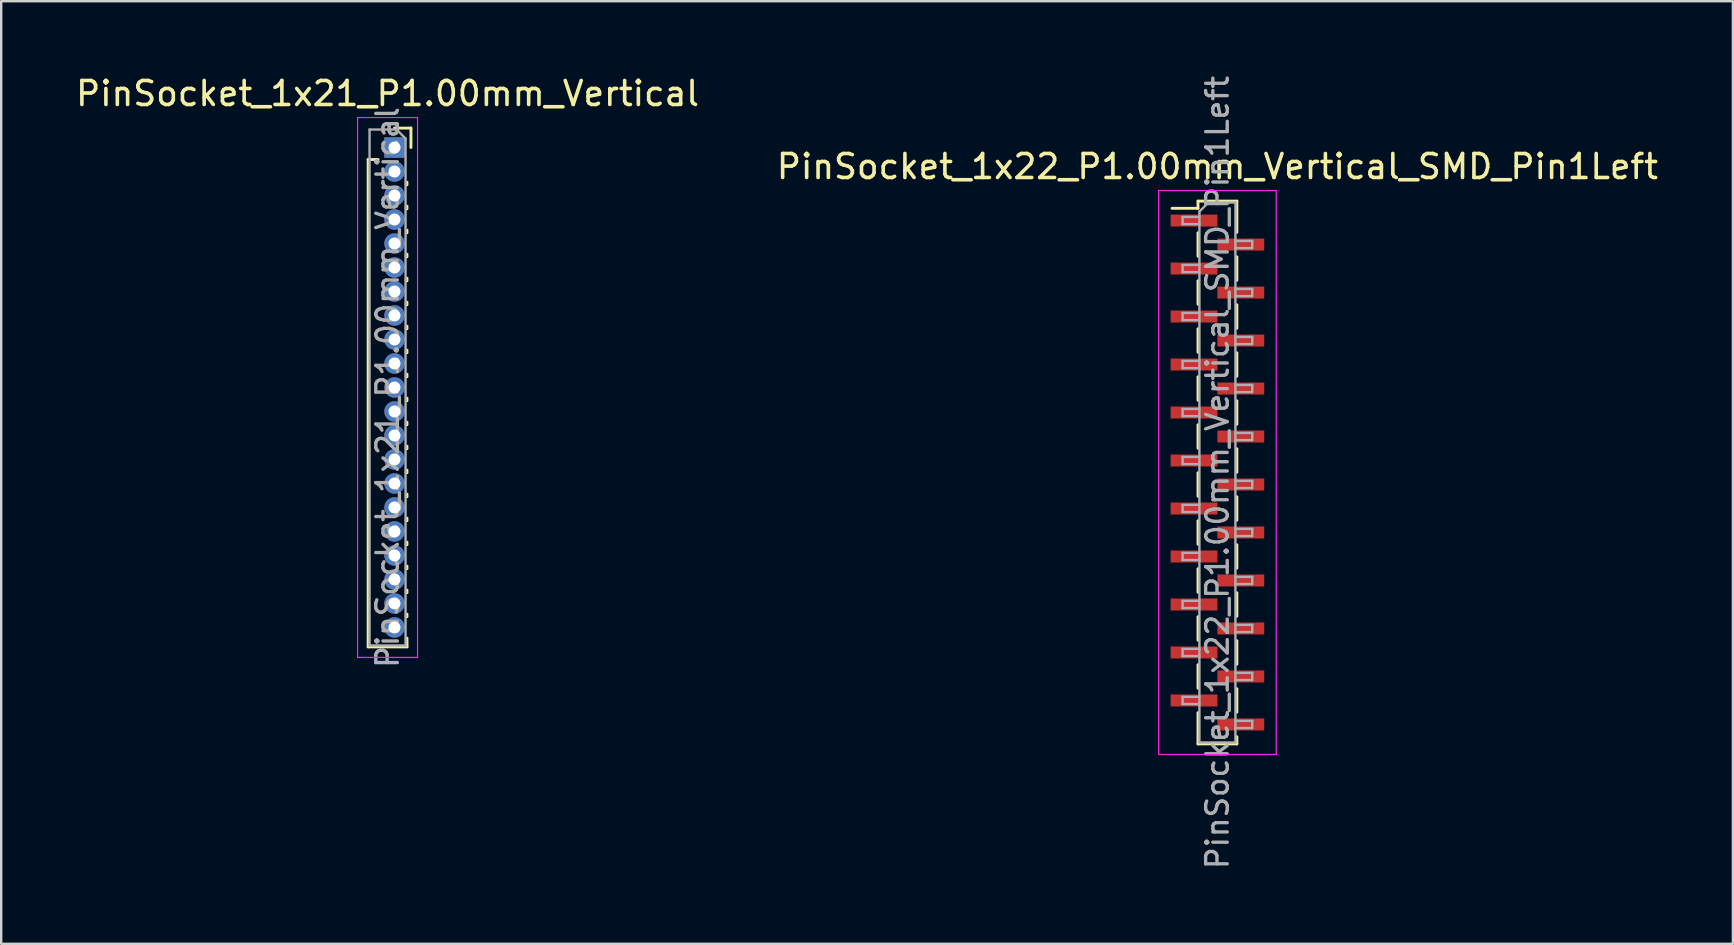
<source format=kicad_pcb>
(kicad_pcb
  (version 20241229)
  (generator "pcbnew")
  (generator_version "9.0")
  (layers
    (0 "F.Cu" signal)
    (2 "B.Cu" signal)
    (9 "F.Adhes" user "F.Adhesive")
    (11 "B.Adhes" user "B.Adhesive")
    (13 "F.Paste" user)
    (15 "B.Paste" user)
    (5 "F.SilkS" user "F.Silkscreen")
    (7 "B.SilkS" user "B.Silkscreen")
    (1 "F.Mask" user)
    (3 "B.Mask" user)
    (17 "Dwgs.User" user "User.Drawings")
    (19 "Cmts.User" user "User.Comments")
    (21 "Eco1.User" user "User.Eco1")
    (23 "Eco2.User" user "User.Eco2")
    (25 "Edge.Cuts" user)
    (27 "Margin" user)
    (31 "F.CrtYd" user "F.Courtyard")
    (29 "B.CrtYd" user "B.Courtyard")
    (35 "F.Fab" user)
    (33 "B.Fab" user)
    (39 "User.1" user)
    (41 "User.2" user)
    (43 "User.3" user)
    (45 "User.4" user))
  (footprint "PinSocket_1x21_P1.00mm_Vertical"
    (layer "F.Cu")
    (at 13.391 3.098)
    (property "Reference" "PinSocket_1x21_P1.00mm_Vertical" (at -0.29 -2.25 0) (layer "F.SilkS") (effects (font (size 1 1) (thickness 0.15))))
    (attr through_hole)
    (fp_line (start -1.1 0.5) (end -1.1 20.81) (stroke (width 0.12) (type solid)) (layer "F.SilkS"))
    (fp_line (start -1.1 0.5) (end -0.685 0.5) (stroke (width 0.12) (type solid)) (layer "F.SilkS"))
    (fp_line (start -1.1 20.81) (end 0.52 20.81) (stroke (width 0.12) (type solid)) (layer "F.SilkS"))
    (fp_line (start 0 -0.81) (end 0.685 -0.81) (stroke (width 0.12) (type solid)) (layer "F.SilkS"))
    (fp_line (start 0.52 1.446) (end 0.52 1.554) (stroke (width 0.12) (type solid)) (layer "F.SilkS"))
    (fp_line (start 0.52 2.446) (end 0.52 2.554) (stroke (width 0.12) (type solid)) (layer "F.SilkS"))
    (fp_line (start 0.52 3.446) (end 0.52 3.554) (stroke (width 0.12) (type solid)) (layer "F.SilkS"))
    (fp_line (start 0.52 4.446) (end 0.52 4.554) (stroke (width 0.12) (type solid)) (layer "F.SilkS"))
    (fp_line (start 0.52 5.446) (end 0.52 5.554) (stroke (width 0.12) (type solid)) (layer "F.SilkS"))
    (fp_line (start 0.52 6.446) (end 0.52 6.554) (stroke (width 0.12) (type solid)) (layer "F.SilkS"))
    (fp_line (start 0.52 7.446) (end 0.52 7.554) (stroke (width 0.12) (type solid)) (layer "F.SilkS"))
    (fp_line (start 0.52 8.446) (end 0.52 8.554) (stroke (width 0.12) (type solid)) (layer "F.SilkS"))
    (fp_line (start 0.52 9.446) (end 0.52 9.554) (stroke (width 0.12) (type solid)) (layer "F.SilkS"))
    (fp_line (start 0.52 10.446) (end 0.52 10.554) (stroke (width 0.12) (type solid)) (layer "F.SilkS"))
    (fp_line (start 0.52 11.446) (end 0.52 11.554) (stroke (width 0.12) (type solid)) (layer "F.SilkS"))
    (fp_line (start 0.52 12.446) (end 0.52 12.554) (stroke (width 0.12) (type solid)) (layer "F.SilkS"))
    (fp_line (start 0.52 13.446) (end 0.52 13.554) (stroke (width 0.12) (type solid)) (layer "F.SilkS"))
    (fp_line (start 0.52 14.446) (end 0.52 14.554) (stroke (width 0.12) (type solid)) (layer "F.SilkS"))
    (fp_line (start 0.52 15.446) (end 0.52 15.554) (stroke (width 0.12) (type solid)) (layer "F.SilkS"))
    (fp_line (start 0.52 16.446) (end 0.52 16.554) (stroke (width 0.12) (type solid)) (layer "F.SilkS"))
    (fp_line (start 0.52 17.446) (end 0.52 17.554) (stroke (width 0.12) (type solid)) (layer "F.SilkS"))
    (fp_line (start 0.52 18.446) (end 0.52 18.554) (stroke (width 0.12) (type solid)) (layer "F.SilkS"))
    (fp_line (start 0.52 19.446) (end 0.52 19.554) (stroke (width 0.12) (type solid)) (layer "F.SilkS"))
    (fp_line (start 0.52 20.446) (end 0.52 20.81) (stroke (width 0.12) (type solid)) (layer "F.SilkS"))
    (fp_line (start 0.685 -0.81) (end 0.685 0) (stroke (width 0.12) (type solid)) (layer "F.SilkS"))
    (fp_line (start -1.54 -1.25) (end 0.96 -1.25) (stroke (width 0.05) (type solid)) (layer "F.CrtYd"))
    (fp_line (start -1.54 21.25) (end -1.54 -1.25) (stroke (width 0.05) (type solid)) (layer "F.CrtYd"))
    (fp_line (start 0.96 -1.25) (end 0.96 21.25) (stroke (width 0.05) (type solid)) (layer "F.CrtYd"))
    (fp_line (start 0.96 21.25) (end -1.54 21.25) (stroke (width 0.05) (type solid)) (layer "F.CrtYd"))
    (fp_line (start -1.04 -0.75) (end 0.085 -0.75) (stroke (width 0.1) (type solid)) (layer "F.Fab"))
    (fp_line (start -1.04 20.75) (end -1.04 -0.75) (stroke (width 0.1) (type solid)) (layer "F.Fab"))
    (fp_line (start 0.085 -0.75) (end 0.46 -0.375) (stroke (width 0.1) (type solid)) (layer "F.Fab"))
    (fp_line (start 0.46 -0.375) (end 0.46 20.75) (stroke (width 0.1) (type solid)) (layer "F.Fab"))
    (fp_line (start 0.46 20.75) (end -1.04 20.75) (stroke (width 0.1) (type solid)) (layer "F.Fab"))
    (fp_text user "${REFERENCE}" (at -0.29 10 90) (layer "F.Fab") (effects (font (size 0.9 0.9) (thickness 0.14))))
    (pad "1" thru_hole rect (at 0 0) (size 0.85 0.85) (drill 0.5) (layers "*.Cu" "*.Mask"))
    (pad "2" thru_hole oval (at 0 1) (size 0.85 0.85) (drill 0.5) (layers "*.Cu" "*.Mask"))
    (pad "3" thru_hole oval (at 0 2) (size 0.85 0.85) (drill 0.5) (layers "*.Cu" "*.Mask"))
    (pad "4" thru_hole oval (at 0 3) (size 0.85 0.85) (drill 0.5) (layers "*.Cu" "*.Mask"))
    (pad "5" thru_hole oval (at 0 4) (size 0.85 0.85) (drill 0.5) (layers "*.Cu" "*.Mask"))
    (pad "6" thru_hole oval (at 0 5) (size 0.85 0.85) (drill 0.5) (layers "*.Cu" "*.Mask"))
    (pad "7" thru_hole oval (at 0 6) (size 0.85 0.85) (drill 0.5) (layers "*.Cu" "*.Mask"))
    (pad "8" thru_hole oval (at 0 7) (size 0.85 0.85) (drill 0.5) (layers "*.Cu" "*.Mask"))
    (pad "9" thru_hole oval (at 0 8) (size 0.85 0.85) (drill 0.5) (layers "*.Cu" "*.Mask"))
    (pad "10" thru_hole oval (at 0 9) (size 0.85 0.85) (drill 0.5) (layers "*.Cu" "*.Mask"))
    (pad "11" thru_hole oval (at 0 10) (size 0.85 0.85) (drill 0.5) (layers "*.Cu" "*.Mask"))
    (pad "12" thru_hole oval (at 0 11) (size 0.85 0.85) (drill 0.5) (layers "*.Cu" "*.Mask"))
    (pad "13" thru_hole oval (at 0 12) (size 0.85 0.85) (drill 0.5) (layers "*.Cu" "*.Mask"))
    (pad "14" thru_hole oval (at 0 13) (size 0.85 0.85) (drill 0.5) (layers "*.Cu" "*.Mask"))
    (pad "15" thru_hole oval (at 0 14) (size 0.85 0.85) (drill 0.5) (layers "*.Cu" "*.Mask"))
    (pad "16" thru_hole oval (at 0 15) (size 0.85 0.85) (drill 0.5) (layers "*.Cu" "*.Mask"))
    (pad "17" thru_hole oval (at 0 16) (size 0.85 0.85) (drill 0.5) (layers "*.Cu" "*.Mask"))
    (pad "18" thru_hole oval (at 0 17) (size 0.85 0.85) (drill 0.5) (layers "*.Cu" "*.Mask"))
    (pad "19" thru_hole oval (at 0 18) (size 0.85 0.85) (drill 0.5) (layers "*.Cu" "*.Mask"))
    (pad "20" thru_hole oval (at 0 19) (size 0.85 0.85) (drill 0.5) (layers "*.Cu" "*.Mask"))
    (pad "21" thru_hole oval (at 0 20) (size 0.85 0.85) (drill 0.5) (layers "*.Cu" "*.Mask")))
  (footprint "PinSocket_1x22_P1.00mm_Vertical_SMD_Pin1Left"
    (layer "F.Cu")
    (at 47.685 16.641)
    (property "Reference" "PinSocket_1x22_P1.00mm_Vertical_SMD_Pin1Left" (at 0 -12.75 0) (layer "F.SilkS") (effects (font (size 1 1) (thickness 0.15))))
    (attr smd)
    (fp_line (start -1.89 -11.01) (end -0.81 -11.01) (stroke (width 0.12) (type solid)) (layer "F.SilkS"))
    (fp_line (start -0.81 -11.31) (end -0.81 -11.01) (stroke (width 0.12) (type solid)) (layer "F.SilkS"))
    (fp_line (start -0.81 -11.31) (end 0.81 -11.31) (stroke (width 0.12) (type solid)) (layer "F.SilkS"))
    (fp_line (start -0.81 -9.99) (end -0.81 -9.01) (stroke (width 0.12) (type solid)) (layer "F.SilkS"))
    (fp_line (start -0.81 -7.99) (end -0.81 -7.01) (stroke (width 0.12) (type solid)) (layer "F.SilkS"))
    (fp_line (start -0.81 -5.99) (end -0.81 -5.01) (stroke (width 0.12) (type solid)) (layer "F.SilkS"))
    (fp_line (start -0.81 -3.99) (end -0.81 -3.01) (stroke (width 0.12) (type solid)) (layer "F.SilkS"))
    (fp_line (start -0.81 -1.99) (end -0.81 -1.01) (stroke (width 0.12) (type solid)) (layer "F.SilkS"))
    (fp_line (start -0.81 0.01) (end -0.81 0.99) (stroke (width 0.12) (type solid)) (layer "F.SilkS"))
    (fp_line (start -0.81 2.01) (end -0.81 2.99) (stroke (width 0.12) (type solid)) (layer "F.SilkS"))
    (fp_line (start -0.81 4.01) (end -0.81 4.99) (stroke (width 0.12) (type solid)) (layer "F.SilkS"))
    (fp_line (start -0.81 6.01) (end -0.81 6.99) (stroke (width 0.12) (type solid)) (layer "F.SilkS"))
    (fp_line (start -0.81 8.01) (end -0.81 8.99) (stroke (width 0.12) (type solid)) (layer "F.SilkS"))
    (fp_line (start -0.81 10.01) (end -0.81 11.31) (stroke (width 0.12) (type solid)) (layer "F.SilkS"))
    (fp_line (start -0.81 11.31) (end 0.81 11.31) (stroke (width 0.12) (type solid)) (layer "F.SilkS"))
    (fp_line (start 0.81 -11.31) (end 0.81 -10.01) (stroke (width 0.12) (type solid)) (layer "F.SilkS"))
    (fp_line (start 0.81 -8.99) (end 0.81 -8.01) (stroke (width 0.12) (type solid)) (layer "F.SilkS"))
    (fp_line (start 0.81 -6.99) (end 0.81 -6.01) (stroke (width 0.12) (type solid)) (layer "F.SilkS"))
    (fp_line (start 0.81 -4.99) (end 0.81 -4.01) (stroke (width 0.12) (type solid)) (layer "F.SilkS"))
    (fp_line (start 0.81 -2.99) (end 0.81 -2.01) (stroke (width 0.12) (type solid)) (layer "F.SilkS"))
    (fp_line (start 0.81 -0.99) (end 0.81 -0.01) (stroke (width 0.12) (type solid)) (layer "F.SilkS"))
    (fp_line (start 0.81 1.01) (end 0.81 1.99) (stroke (width 0.12) (type solid)) (layer "F.SilkS"))
    (fp_line (start 0.81 3.01) (end 0.81 3.99) (stroke (width 0.12) (type solid)) (layer "F.SilkS"))
    (fp_line (start 0.81 5.01) (end 0.81 5.99) (stroke (width 0.12) (type solid)) (layer "F.SilkS"))
    (fp_line (start 0.81 7.01) (end 0.81 7.99) (stroke (width 0.12) (type solid)) (layer "F.SilkS"))
    (fp_line (start 0.81 9.01) (end 0.81 9.99) (stroke (width 0.12) (type solid)) (layer "F.SilkS"))
    (fp_line (start 0.81 11.01) (end 0.81 11.31) (stroke (width 0.12) (type solid)) (layer "F.SilkS"))
    (fp_line (start -2.45 -11.75) (end 2.45 -11.75) (stroke (width 0.05) (type solid)) (layer "F.CrtYd"))
    (fp_line (start -2.45 11.75) (end -2.45 -11.75) (stroke (width 0.05) (type solid)) (layer "F.CrtYd"))
    (fp_line (start 2.45 -11.75) (end 2.45 11.75) (stroke (width 0.05) (type solid)) (layer "F.CrtYd"))
    (fp_line (start 2.45 11.75) (end -2.45 11.75) (stroke (width 0.05) (type solid)) (layer "F.CrtYd"))
    (fp_line (start -1.45 -10.65) (end -0.75 -10.65) (stroke (width 0.1) (type solid)) (layer "F.Fab"))
    (fp_line (start -1.45 -10.35) (end -1.45 -10.65) (stroke (width 0.1) (type solid)) (layer "F.Fab"))
    (fp_line (start -1.45 -8.65) (end -0.75 -8.65) (stroke (width 0.1) (type solid)) (layer "F.Fab"))
    (fp_line (start -1.45 -8.35) (end -1.45 -8.65) (stroke (width 0.1) (type solid)) (layer "F.Fab"))
    (fp_line (start -1.45 -6.65) (end -0.75 -6.65) (stroke (width 0.1) (type solid)) (layer "F.Fab"))
    (fp_line (start -1.45 -6.35) (end -1.45 -6.65) (stroke (width 0.1) (type solid)) (layer "F.Fab"))
    (fp_line (start -1.45 -4.65) (end -0.75 -4.65) (stroke (width 0.1) (type solid)) (layer "F.Fab"))
    (fp_line (start -1.45 -4.35) (end -1.45 -4.65) (stroke (width 0.1) (type solid)) (layer "F.Fab"))
    (fp_line (start -1.45 -2.65) (end -0.75 -2.65) (stroke (width 0.1) (type solid)) (layer "F.Fab"))
    (fp_line (start -1.45 -2.35) (end -1.45 -2.65) (stroke (width 0.1) (type solid)) (layer "F.Fab"))
    (fp_line (start -1.45 -0.65) (end -0.75 -0.65) (stroke (width 0.1) (type solid)) (layer "F.Fab"))
    (fp_line (start -1.45 -0.35) (end -1.45 -0.65) (stroke (width 0.1) (type solid)) (layer "F.Fab"))
    (fp_line (start -1.45 1.35) (end -0.75 1.35) (stroke (width 0.1) (type solid)) (layer "F.Fab"))
    (fp_line (start -1.45 1.65) (end -1.45 1.35) (stroke (width 0.1) (type solid)) (layer "F.Fab"))
    (fp_line (start -1.45 3.35) (end -0.75 3.35) (stroke (width 0.1) (type solid)) (layer "F.Fab"))
    (fp_line (start -1.45 3.65) (end -1.45 3.35) (stroke (width 0.1) (type solid)) (layer "F.Fab"))
    (fp_line (start -1.45 5.35) (end -0.75 5.35) (stroke (width 0.1) (type solid)) (layer "F.Fab"))
    (fp_line (start -1.45 5.65) (end -1.45 5.35) (stroke (width 0.1) (type solid)) (layer "F.Fab"))
    (fp_line (start -1.45 7.35) (end -0.75 7.35) (stroke (width 0.1) (type solid)) (layer "F.Fab"))
    (fp_line (start -1.45 7.65) (end -1.45 7.35) (stroke (width 0.1) (type solid)) (layer "F.Fab"))
    (fp_line (start -1.45 9.35) (end -0.75 9.35) (stroke (width 0.1) (type solid)) (layer "F.Fab"))
    (fp_line (start -1.45 9.65) (end -1.45 9.35) (stroke (width 0.1) (type solid)) (layer "F.Fab"))
    (fp_line (start -0.75 -10.875) (end -0.375 -11.25) (stroke (width 0.1) (type solid)) (layer "F.Fab"))
    (fp_line (start -0.75 -10.35) (end -1.45 -10.35) (stroke (width 0.1) (type solid)) (layer "F.Fab"))
    (fp_line (start -0.75 -8.35) (end -1.45 -8.35) (stroke (width 0.1) (type solid)) (layer "F.Fab"))
    (fp_line (start -0.75 -6.35) (end -1.45 -6.35) (stroke (width 0.1) (type solid)) (layer "F.Fab"))
    (fp_line (start -0.75 -4.35) (end -1.45 -4.35) (stroke (width 0.1) (type solid)) (layer "F.Fab"))
    (fp_line (start -0.75 -2.35) (end -1.45 -2.35) (stroke (width 0.1) (type solid)) (layer "F.Fab"))
    (fp_line (start -0.75 -0.35) (end -1.45 -0.35) (stroke (width 0.1) (type solid)) (layer "F.Fab"))
    (fp_line (start -0.75 1.65) (end -1.45 1.65) (stroke (width 0.1) (type solid)) (layer "F.Fab"))
    (fp_line (start -0.75 3.65) (end -1.45 3.65) (stroke (width 0.1) (type solid)) (layer "F.Fab"))
    (fp_line (start -0.75 5.65) (end -1.45 5.65) (stroke (width 0.1) (type solid)) (layer "F.Fab"))
    (fp_line (start -0.75 7.65) (end -1.45 7.65) (stroke (width 0.1) (type solid)) (layer "F.Fab"))
    (fp_line (start -0.75 9.65) (end -1.45 9.65) (stroke (width 0.1) (type solid)) (layer "F.Fab"))
    (fp_line (start -0.75 11.25) (end -0.75 -10.875) (stroke (width 0.1) (type solid)) (layer "F.Fab"))
    (fp_line (start -0.375 -11.25) (end 0.75 -11.25) (stroke (width 0.1) (type solid)) (layer "F.Fab"))
    (fp_line (start 0.75 -11.25) (end 0.75 11.25) (stroke (width 0.1) (type solid)) (layer "F.Fab"))
    (fp_line (start 0.75 -9.65) (end 1.45 -9.65) (stroke (width 0.1) (type solid)) (layer "F.Fab"))
    (fp_line (start 0.75 -7.65) (end 1.45 -7.65) (stroke (width 0.1) (type solid)) (layer "F.Fab"))
    (fp_line (start 0.75 -5.65) (end 1.45 -5.65) (stroke (width 0.1) (type solid)) (layer "F.Fab"))
    (fp_line (start 0.75 -3.65) (end 1.45 -3.65) (stroke (width 0.1) (type solid)) (layer "F.Fab"))
    (fp_line (start 0.75 -1.65) (end 1.45 -1.65) (stroke (width 0.1) (type solid)) (layer "F.Fab"))
    (fp_line (start 0.75 0.35) (end 1.45 0.35) (stroke (width 0.1) (type solid)) (layer "F.Fab"))
    (fp_line (start 0.75 2.35) (end 1.45 2.35) (stroke (width 0.1) (type solid)) (layer "F.Fab"))
    (fp_line (start 0.75 4.35) (end 1.45 4.35) (stroke (width 0.1) (type solid)) (layer "F.Fab"))
    (fp_line (start 0.75 6.35) (end 1.45 6.35) (stroke (width 0.1) (type solid)) (layer "F.Fab"))
    (fp_line (start 0.75 8.35) (end 1.45 8.35) (stroke (width 0.1) (type solid)) (layer "F.Fab"))
    (fp_line (start 0.75 10.35) (end 1.45 10.35) (stroke (width 0.1) (type solid)) (layer "F.Fab"))
    (fp_line (start 0.75 11.25) (end -0.75 11.25) (stroke (width 0.1) (type solid)) (layer "F.Fab"))
    (fp_line (start 1.45 -9.65) (end 1.45 -9.35) (stroke (width 0.1) (type solid)) (layer "F.Fab"))
    (fp_line (start 1.45 -9.35) (end 0.75 -9.35) (stroke (width 0.1) (type solid)) (layer "F.Fab"))
    (fp_line (start 1.45 -7.65) (end 1.45 -7.35) (stroke (width 0.1) (type solid)) (layer "F.Fab"))
    (fp_line (start 1.45 -7.35) (end 0.75 -7.35) (stroke (width 0.1) (type solid)) (layer "F.Fab"))
    (fp_line (start 1.45 -5.65) (end 1.45 -5.35) (stroke (width 0.1) (type solid)) (layer "F.Fab"))
    (fp_line (start 1.45 -5.35) (end 0.75 -5.35) (stroke (width 0.1) (type solid)) (layer "F.Fab"))
    (fp_line (start 1.45 -3.65) (end 1.45 -3.35) (stroke (width 0.1) (type solid)) (layer "F.Fab"))
    (fp_line (start 1.45 -3.35) (end 0.75 -3.35) (stroke (width 0.1) (type solid)) (layer "F.Fab"))
    (fp_line (start 1.45 -1.65) (end 1.45 -1.35) (stroke (width 0.1) (type solid)) (layer "F.Fab"))
    (fp_line (start 1.45 -1.35) (end 0.75 -1.35) (stroke (width 0.1) (type solid)) (layer "F.Fab"))
    (fp_line (start 1.45 0.35) (end 1.45 0.65) (stroke (width 0.1) (type solid)) (layer "F.Fab"))
    (fp_line (start 1.45 0.65) (end 0.75 0.65) (stroke (width 0.1) (type solid)) (layer "F.Fab"))
    (fp_line (start 1.45 2.35) (end 1.45 2.65) (stroke (width 0.1) (type solid)) (layer "F.Fab"))
    (fp_line (start 1.45 2.65) (end 0.75 2.65) (stroke (width 0.1) (type solid)) (layer "F.Fab"))
    (fp_line (start 1.45 4.35) (end 1.45 4.65) (stroke (width 0.1) (type solid)) (layer "F.Fab"))
    (fp_line (start 1.45 4.65) (end 0.75 4.65) (stroke (width 0.1) (type solid)) (layer "F.Fab"))
    (fp_line (start 1.45 6.35) (end 1.45 6.65) (stroke (width 0.1) (type solid)) (layer "F.Fab"))
    (fp_line (start 1.45 6.65) (end 0.75 6.65) (stroke (width 0.1) (type solid)) (layer "F.Fab"))
    (fp_line (start 1.45 8.35) (end 1.45 8.65) (stroke (width 0.1) (type solid)) (layer "F.Fab"))
    (fp_line (start 1.45 8.65) (end 0.75 8.65) (stroke (width 0.1) (type solid)) (layer "F.Fab"))
    (fp_line (start 1.45 10.35) (end 1.45 10.65) (stroke (width 0.1) (type solid)) (layer "F.Fab"))
    (fp_line (start 1.45 10.65) (end 0.75 10.65) (stroke (width 0.1) (type solid)) (layer "F.Fab"))
    (fp_text user "${REFERENCE}" (at 0 0 90) (layer "F.Fab") (effects (font (size 0.9 0.9) (thickness 0.14))))
    (pad "1" smd rect (at -0.975 -10.5) (size 1.95 0.5) (layers "F.Cu" "F.Mask" "F.Paste"))
    (pad "2" smd rect (at 0.975 -9.5) (size 1.95 0.5) (layers "F.Cu" "F.Mask" "F.Paste"))
    (pad "3" smd rect (at -0.975 -8.5) (size 1.95 0.5) (layers "F.Cu" "F.Mask" "F.Paste"))
    (pad "4" smd rect (at 0.975 -7.5) (size 1.95 0.5) (layers "F.Cu" "F.Mask" "F.Paste"))
    (pad "5" smd rect (at -0.975 -6.5) (size 1.95 0.5) (layers "F.Cu" "F.Mask" "F.Paste"))
    (pad "6" smd rect (at 0.975 -5.5) (size 1.95 0.5) (layers "F.Cu" "F.Mask" "F.Paste"))
    (pad "7" smd rect (at -0.975 -4.5) (size 1.95 0.5) (layers "F.Cu" "F.Mask" "F.Paste"))
    (pad "8" smd rect (at 0.975 -3.5) (size 1.95 0.5) (layers "F.Cu" "F.Mask" "F.Paste"))
    (pad "9" smd rect (at -0.975 -2.5) (size 1.95 0.5) (layers "F.Cu" "F.Mask" "F.Paste"))
    (pad "10" smd rect (at 0.975 -1.5) (size 1.95 0.5) (layers "F.Cu" "F.Mask" "F.Paste"))
    (pad "11" smd rect (at -0.975 -0.5) (size 1.95 0.5) (layers "F.Cu" "F.Mask" "F.Paste"))
    (pad "12" smd rect (at 0.975 0.5) (size 1.95 0.5) (layers "F.Cu" "F.Mask" "F.Paste"))
    (pad "13" smd rect (at -0.975 1.5) (size 1.95 0.5) (layers "F.Cu" "F.Mask" "F.Paste"))
    (pad "14" smd rect (at 0.975 2.5) (size 1.95 0.5) (layers "F.Cu" "F.Mask" "F.Paste"))
    (pad "15" smd rect (at -0.975 3.5) (size 1.95 0.5) (layers "F.Cu" "F.Mask" "F.Paste"))
    (pad "16" smd rect (at 0.975 4.5) (size 1.95 0.5) (layers "F.Cu" "F.Mask" "F.Paste"))
    (pad "17" smd rect (at -0.975 5.5) (size 1.95 0.5) (layers "F.Cu" "F.Mask" "F.Paste"))
    (pad "18" smd rect (at 0.975 6.5) (size 1.95 0.5) (layers "F.Cu" "F.Mask" "F.Paste"))
    (pad "19" smd rect (at -0.975 7.5) (size 1.95 0.5) (layers "F.Cu" "F.Mask" "F.Paste"))
    (pad "20" smd rect (at 0.975 8.5) (size 1.95 0.5) (layers "F.Cu" "F.Mask" "F.Paste"))
    (pad "21" smd rect (at -0.975 9.5) (size 1.95 0.5) (layers "F.Cu" "F.Mask" "F.Paste"))
    (pad "22" smd rect (at 0.975 10.5) (size 1.95 0.5) (layers "F.Cu" "F.Mask" "F.Paste")))
  (gr_rect
    (start -3 -3)
    (end 69.167 36.283)
    (stroke (width 0.1) (type default))
    (fill no)
    (layer "Edge.Cuts")))
</source>
